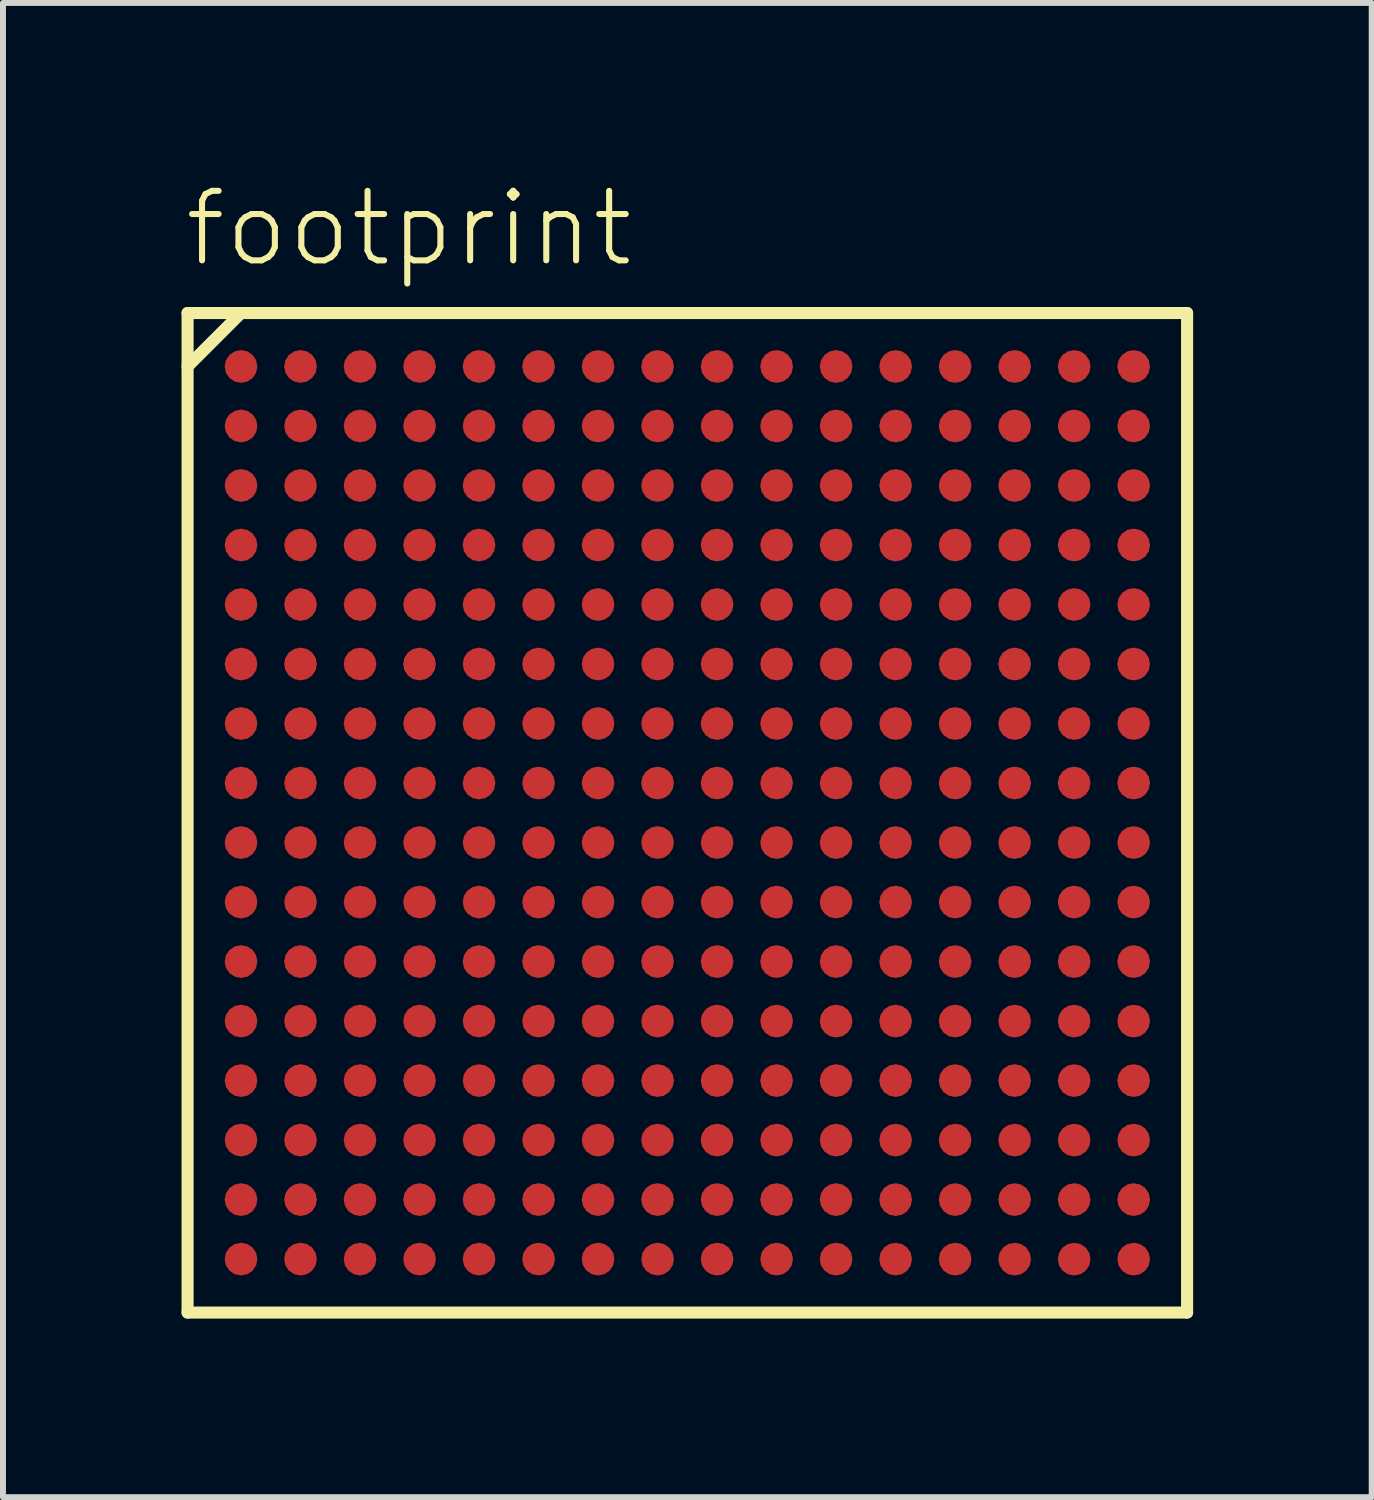
<source format=kicad_pcb>
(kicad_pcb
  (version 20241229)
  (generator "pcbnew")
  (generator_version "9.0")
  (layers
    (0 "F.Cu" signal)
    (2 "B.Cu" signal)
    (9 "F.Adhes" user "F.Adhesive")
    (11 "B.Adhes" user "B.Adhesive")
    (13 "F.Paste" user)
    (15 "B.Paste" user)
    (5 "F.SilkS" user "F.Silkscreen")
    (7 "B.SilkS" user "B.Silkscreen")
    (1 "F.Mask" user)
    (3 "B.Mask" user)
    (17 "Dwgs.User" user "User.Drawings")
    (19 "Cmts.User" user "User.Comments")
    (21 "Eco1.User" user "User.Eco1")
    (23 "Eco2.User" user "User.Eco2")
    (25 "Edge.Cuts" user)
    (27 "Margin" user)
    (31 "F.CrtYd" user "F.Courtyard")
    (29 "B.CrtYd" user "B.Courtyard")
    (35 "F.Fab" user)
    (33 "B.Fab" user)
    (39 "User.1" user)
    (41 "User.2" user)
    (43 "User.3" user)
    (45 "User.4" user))
  (footprint "footprint"
    (layer "F.Cu")
    (at 8.5 10.608)
    (property "Reference" "footprint" (at -8.5 -9.135 0) (layer "F.SilkS") (effects (font (size 1.168 1.168) (thickness 0.102)) (justify left bottom)))
    (fp_circle (center -7.5 -7.5) (end -7.362 -7.5) (stroke (width 0.275) (type solid)) (fill yes) (layer "F.Mask"))
    (fp_circle (center -7.5 -6.5) (end -7.362 -6.5) (stroke (width 0.275) (type solid)) (fill yes) (layer "F.Mask"))
    (fp_circle (center -7.5 -5.5) (end -7.362 -5.5) (stroke (width 0.275) (type solid)) (fill yes) (layer "F.Mask"))
    (fp_circle (center -7.5 -4.5) (end -7.362 -4.5) (stroke (width 0.275) (type solid)) (fill yes) (layer "F.Mask"))
    (fp_circle (center -7.5 -3.5) (end -7.362 -3.5) (stroke (width 0.275) (type solid)) (fill yes) (layer "F.Mask"))
    (fp_circle (center -7.5 -2.5) (end -7.362 -2.5) (stroke (width 0.275) (type solid)) (fill yes) (layer "F.Mask"))
    (fp_circle (center -7.5 -1.5) (end -7.362 -1.5) (stroke (width 0.275) (type solid)) (fill yes) (layer "F.Mask"))
    (fp_circle (center -7.5 -0.5) (end -7.362 -0.5) (stroke (width 0.275) (type solid)) (fill yes) (layer "F.Mask"))
    (fp_circle (center -7.5 0.5) (end -7.362 0.5) (stroke (width 0.275) (type solid)) (fill yes) (layer "F.Mask"))
    (fp_circle (center -7.5 1.5) (end -7.362 1.5) (stroke (width 0.275) (type solid)) (fill yes) (layer "F.Mask"))
    (fp_circle (center -7.5 2.5) (end -7.362 2.5) (stroke (width 0.275) (type solid)) (fill yes) (layer "F.Mask"))
    (fp_circle (center -7.5 3.5) (end -7.362 3.5) (stroke (width 0.275) (type solid)) (fill yes) (layer "F.Mask"))
    (fp_circle (center -7.5 4.5) (end -7.362 4.5) (stroke (width 0.275) (type solid)) (fill yes) (layer "F.Mask"))
    (fp_circle (center -7.5 5.5) (end -7.362 5.5) (stroke (width 0.275) (type solid)) (fill yes) (layer "F.Mask"))
    (fp_circle (center -7.5 6.5) (end -7.362 6.5) (stroke (width 0.275) (type solid)) (fill yes) (layer "F.Mask"))
    (fp_circle (center -7.5 7.5) (end -7.362 7.5) (stroke (width 0.275) (type solid)) (fill yes) (layer "F.Mask"))
    (fp_circle (center -6.5 -7.5) (end -6.362 -7.5) (stroke (width 0.275) (type solid)) (fill yes) (layer "F.Mask"))
    (fp_circle (center -6.5 -6.5) (end -6.362 -6.5) (stroke (width 0.275) (type solid)) (fill yes) (layer "F.Mask"))
    (fp_circle (center -6.5 -5.5) (end -6.362 -5.5) (stroke (width 0.275) (type solid)) (fill yes) (layer "F.Mask"))
    (fp_circle (center -6.5 -4.5) (end -6.362 -4.5) (stroke (width 0.275) (type solid)) (fill yes) (layer "F.Mask"))
    (fp_circle (center -6.5 -3.5) (end -6.362 -3.5) (stroke (width 0.275) (type solid)) (fill yes) (layer "F.Mask"))
    (fp_circle (center -6.5 -2.5) (end -6.362 -2.5) (stroke (width 0.275) (type solid)) (fill yes) (layer "F.Mask"))
    (fp_circle (center -6.5 -1.5) (end -6.362 -1.5) (stroke (width 0.275) (type solid)) (fill yes) (layer "F.Mask"))
    (fp_circle (center -6.5 -0.5) (end -6.362 -0.5) (stroke (width 0.275) (type solid)) (fill yes) (layer "F.Mask"))
    (fp_circle (center -6.5 0.5) (end -6.362 0.5) (stroke (width 0.275) (type solid)) (fill yes) (layer "F.Mask"))
    (fp_circle (center -6.5 1.5) (end -6.362 1.5) (stroke (width 0.275) (type solid)) (fill yes) (layer "F.Mask"))
    (fp_circle (center -6.5 2.5) (end -6.362 2.5) (stroke (width 0.275) (type solid)) (fill yes) (layer "F.Mask"))
    (fp_circle (center -6.5 3.5) (end -6.362 3.5) (stroke (width 0.275) (type solid)) (fill yes) (layer "F.Mask"))
    (fp_circle (center -6.5 4.5) (end -6.362 4.5) (stroke (width 0.275) (type solid)) (fill yes) (layer "F.Mask"))
    (fp_circle (center -6.5 5.5) (end -6.362 5.5) (stroke (width 0.275) (type solid)) (fill yes) (layer "F.Mask"))
    (fp_circle (center -6.5 6.5) (end -6.362 6.5) (stroke (width 0.275) (type solid)) (fill yes) (layer "F.Mask"))
    (fp_circle (center -6.5 7.5) (end -6.362 7.5) (stroke (width 0.275) (type solid)) (fill yes) (layer "F.Mask"))
    (fp_circle (center -5.5 -7.5) (end -5.362 -7.5) (stroke (width 0.275) (type solid)) (fill yes) (layer "F.Mask"))
    (fp_circle (center -5.5 -6.5) (end -5.362 -6.5) (stroke (width 0.275) (type solid)) (fill yes) (layer "F.Mask"))
    (fp_circle (center -5.5 -5.5) (end -5.362 -5.5) (stroke (width 0.275) (type solid)) (fill yes) (layer "F.Mask"))
    (fp_circle (center -5.5 -4.5) (end -5.362 -4.5) (stroke (width 0.275) (type solid)) (fill yes) (layer "F.Mask"))
    (fp_circle (center -5.5 -3.5) (end -5.362 -3.5) (stroke (width 0.275) (type solid)) (fill yes) (layer "F.Mask"))
    (fp_circle (center -5.5 -2.5) (end -5.362 -2.5) (stroke (width 0.275) (type solid)) (fill yes) (layer "F.Mask"))
    (fp_circle (center -5.5 -1.5) (end -5.362 -1.5) (stroke (width 0.275) (type solid)) (fill yes) (layer "F.Mask"))
    (fp_circle (center -5.5 -0.5) (end -5.362 -0.5) (stroke (width 0.275) (type solid)) (fill yes) (layer "F.Mask"))
    (fp_circle (center -5.5 0.5) (end -5.362 0.5) (stroke (width 0.275) (type solid)) (fill yes) (layer "F.Mask"))
    (fp_circle (center -5.5 1.5) (end -5.362 1.5) (stroke (width 0.275) (type solid)) (fill yes) (layer "F.Mask"))
    (fp_circle (center -5.5 2.5) (end -5.362 2.5) (stroke (width 0.275) (type solid)) (fill yes) (layer "F.Mask"))
    (fp_circle (center -5.5 3.5) (end -5.362 3.5) (stroke (width 0.275) (type solid)) (fill yes) (layer "F.Mask"))
    (fp_circle (center -5.5 4.5) (end -5.362 4.5) (stroke (width 0.275) (type solid)) (fill yes) (layer "F.Mask"))
    (fp_circle (center -5.5 5.5) (end -5.362 5.5) (stroke (width 0.275) (type solid)) (fill yes) (layer "F.Mask"))
    (fp_circle (center -5.5 6.5) (end -5.362 6.5) (stroke (width 0.275) (type solid)) (fill yes) (layer "F.Mask"))
    (fp_circle (center -5.5 7.5) (end -5.362 7.5) (stroke (width 0.275) (type solid)) (fill yes) (layer "F.Mask"))
    (fp_circle (center -4.5 -7.5) (end -4.362 -7.5) (stroke (width 0.275) (type solid)) (fill yes) (layer "F.Mask"))
    (fp_circle (center -4.5 -6.5) (end -4.362 -6.5) (stroke (width 0.275) (type solid)) (fill yes) (layer "F.Mask"))
    (fp_circle (center -4.5 -5.5) (end -4.362 -5.5) (stroke (width 0.275) (type solid)) (fill yes) (layer "F.Mask"))
    (fp_circle (center -4.5 -4.5) (end -4.362 -4.5) (stroke (width 0.275) (type solid)) (fill yes) (layer "F.Mask"))
    (fp_circle (center -4.5 -3.5) (end -4.362 -3.5) (stroke (width 0.275) (type solid)) (fill yes) (layer "F.Mask"))
    (fp_circle (center -4.5 -2.5) (end -4.362 -2.5) (stroke (width 0.275) (type solid)) (fill yes) (layer "F.Mask"))
    (fp_circle (center -4.5 -1.5) (end -4.362 -1.5) (stroke (width 0.275) (type solid)) (fill yes) (layer "F.Mask"))
    (fp_circle (center -4.5 -0.5) (end -4.362 -0.5) (stroke (width 0.275) (type solid)) (fill yes) (layer "F.Mask"))
    (fp_circle (center -4.5 0.5) (end -4.362 0.5) (stroke (width 0.275) (type solid)) (fill yes) (layer "F.Mask"))
    (fp_circle (center -4.5 1.5) (end -4.362 1.5) (stroke (width 0.275) (type solid)) (fill yes) (layer "F.Mask"))
    (fp_circle (center -4.5 2.5) (end -4.362 2.5) (stroke (width 0.275) (type solid)) (fill yes) (layer "F.Mask"))
    (fp_circle (center -4.5 3.5) (end -4.362 3.5) (stroke (width 0.275) (type solid)) (fill yes) (layer "F.Mask"))
    (fp_circle (center -4.5 4.5) (end -4.362 4.5) (stroke (width 0.275) (type solid)) (fill yes) (layer "F.Mask"))
    (fp_circle (center -4.5 5.5) (end -4.362 5.5) (stroke (width 0.275) (type solid)) (fill yes) (layer "F.Mask"))
    (fp_circle (center -4.5 6.5) (end -4.362 6.5) (stroke (width 0.275) (type solid)) (fill yes) (layer "F.Mask"))
    (fp_circle (center -4.5 7.5) (end -4.362 7.5) (stroke (width 0.275) (type solid)) (fill yes) (layer "F.Mask"))
    (fp_circle (center -3.5 -7.5) (end -3.362 -7.5) (stroke (width 0.275) (type solid)) (fill yes) (layer "F.Mask"))
    (fp_circle (center -3.5 -6.5) (end -3.362 -6.5) (stroke (width 0.275) (type solid)) (fill yes) (layer "F.Mask"))
    (fp_circle (center -3.5 -5.5) (end -3.362 -5.5) (stroke (width 0.275) (type solid)) (fill yes) (layer "F.Mask"))
    (fp_circle (center -3.5 -4.5) (end -3.362 -4.5) (stroke (width 0.275) (type solid)) (fill yes) (layer "F.Mask"))
    (fp_circle (center -3.5 -3.5) (end -3.362 -3.5) (stroke (width 0.275) (type solid)) (fill yes) (layer "F.Mask"))
    (fp_circle (center -3.5 -2.5) (end -3.362 -2.5) (stroke (width 0.275) (type solid)) (fill yes) (layer "F.Mask"))
    (fp_circle (center -3.5 -1.5) (end -3.362 -1.5) (stroke (width 0.275) (type solid)) (fill yes) (layer "F.Mask"))
    (fp_circle (center -3.5 -0.5) (end -3.362 -0.5) (stroke (width 0.275) (type solid)) (fill yes) (layer "F.Mask"))
    (fp_circle (center -3.5 0.5) (end -3.362 0.5) (stroke (width 0.275) (type solid)) (fill yes) (layer "F.Mask"))
    (fp_circle (center -3.5 1.5) (end -3.362 1.5) (stroke (width 0.275) (type solid)) (fill yes) (layer "F.Mask"))
    (fp_circle (center -3.5 2.5) (end -3.362 2.5) (stroke (width 0.275) (type solid)) (fill yes) (layer "F.Mask"))
    (fp_circle (center -3.5 3.5) (end -3.362 3.5) (stroke (width 0.275) (type solid)) (fill yes) (layer "F.Mask"))
    (fp_circle (center -3.5 4.5) (end -3.362 4.5) (stroke (width 0.275) (type solid)) (fill yes) (layer "F.Mask"))
    (fp_circle (center -3.5 5.5) (end -3.362 5.5) (stroke (width 0.275) (type solid)) (fill yes) (layer "F.Mask"))
    (fp_circle (center -3.5 6.5) (end -3.362 6.5) (stroke (width 0.275) (type solid)) (fill yes) (layer "F.Mask"))
    (fp_circle (center -3.5 7.5) (end -3.362 7.5) (stroke (width 0.275) (type solid)) (fill yes) (layer "F.Mask"))
    (fp_circle (center -2.5 -7.5) (end -2.362 -7.5) (stroke (width 0.275) (type solid)) (fill yes) (layer "F.Mask"))
    (fp_circle (center -2.5 -6.5) (end -2.362 -6.5) (stroke (width 0.275) (type solid)) (fill yes) (layer "F.Mask"))
    (fp_circle (center -2.5 -5.5) (end -2.362 -5.5) (stroke (width 0.275) (type solid)) (fill yes) (layer "F.Mask"))
    (fp_circle (center -2.5 -4.5) (end -2.362 -4.5) (stroke (width 0.275) (type solid)) (fill yes) (layer "F.Mask"))
    (fp_circle (center -2.5 -3.5) (end -2.362 -3.5) (stroke (width 0.275) (type solid)) (fill yes) (layer "F.Mask"))
    (fp_circle (center -2.5 -2.5) (end -2.362 -2.5) (stroke (width 0.275) (type solid)) (fill yes) (layer "F.Mask"))
    (fp_circle (center -2.5 -1.5) (end -2.362 -1.5) (stroke (width 0.275) (type solid)) (fill yes) (layer "F.Mask"))
    (fp_circle (center -2.5 -0.5) (end -2.362 -0.5) (stroke (width 0.275) (type solid)) (fill yes) (layer "F.Mask"))
    (fp_circle (center -2.5 0.5) (end -2.362 0.5) (stroke (width 0.275) (type solid)) (fill yes) (layer "F.Mask"))
    (fp_circle (center -2.5 1.5) (end -2.362 1.5) (stroke (width 0.275) (type solid)) (fill yes) (layer "F.Mask"))
    (fp_circle (center -2.5 2.5) (end -2.362 2.5) (stroke (width 0.275) (type solid)) (fill yes) (layer "F.Mask"))
    (fp_circle (center -2.5 3.5) (end -2.362 3.5) (stroke (width 0.275) (type solid)) (fill yes) (layer "F.Mask"))
    (fp_circle (center -2.5 4.5) (end -2.362 4.5) (stroke (width 0.275) (type solid)) (fill yes) (layer "F.Mask"))
    (fp_circle (center -2.5 5.5) (end -2.362 5.5) (stroke (width 0.275) (type solid)) (fill yes) (layer "F.Mask"))
    (fp_circle (center -2.5 6.5) (end -2.362 6.5) (stroke (width 0.275) (type solid)) (fill yes) (layer "F.Mask"))
    (fp_circle (center -2.5 7.5) (end -2.362 7.5) (stroke (width 0.275) (type solid)) (fill yes) (layer "F.Mask"))
    (fp_circle (center -1.5 -7.5) (end -1.363 -7.5) (stroke (width 0.275) (type solid)) (fill yes) (layer "F.Mask"))
    (fp_circle (center -1.5 -6.5) (end -1.363 -6.5) (stroke (width 0.275) (type solid)) (fill yes) (layer "F.Mask"))
    (fp_circle (center -1.5 -5.5) (end -1.363 -5.5) (stroke (width 0.275) (type solid)) (fill yes) (layer "F.Mask"))
    (fp_circle (center -1.5 -4.5) (end -1.363 -4.5) (stroke (width 0.275) (type solid)) (fill yes) (layer "F.Mask"))
    (fp_circle (center -1.5 -3.5) (end -1.363 -3.5) (stroke (width 0.275) (type solid)) (fill yes) (layer "F.Mask"))
    (fp_circle (center -1.5 -2.5) (end -1.363 -2.5) (stroke (width 0.275) (type solid)) (fill yes) (layer "F.Mask"))
    (fp_circle (center -1.5 -1.5) (end -1.363 -1.5) (stroke (width 0.275) (type solid)) (fill yes) (layer "F.Mask"))
    (fp_circle (center -1.5 -0.5) (end -1.363 -0.5) (stroke (width 0.275) (type solid)) (fill yes) (layer "F.Mask"))
    (fp_circle (center -1.5 0.5) (end -1.363 0.5) (stroke (width 0.275) (type solid)) (fill yes) (layer "F.Mask"))
    (fp_circle (center -1.5 1.5) (end -1.363 1.5) (stroke (width 0.275) (type solid)) (fill yes) (layer "F.Mask"))
    (fp_circle (center -1.5 2.5) (end -1.363 2.5) (stroke (width 0.275) (type solid)) (fill yes) (layer "F.Mask"))
    (fp_circle (center -1.5 3.5) (end -1.363 3.5) (stroke (width 0.275) (type solid)) (fill yes) (layer "F.Mask"))
    (fp_circle (center -1.5 4.5) (end -1.363 4.5) (stroke (width 0.275) (type solid)) (fill yes) (layer "F.Mask"))
    (fp_circle (center -1.5 5.5) (end -1.363 5.5) (stroke (width 0.275) (type solid)) (fill yes) (layer "F.Mask"))
    (fp_circle (center -1.5 6.5) (end -1.363 6.5) (stroke (width 0.275) (type solid)) (fill yes) (layer "F.Mask"))
    (fp_circle (center -1.5 7.5) (end -1.363 7.5) (stroke (width 0.275) (type solid)) (fill yes) (layer "F.Mask"))
    (fp_circle (center -0.5 -7.5) (end -0.362 -7.5) (stroke (width 0.275) (type solid)) (fill yes) (layer "F.Mask"))
    (fp_circle (center -0.5 -6.5) (end -0.362 -6.5) (stroke (width 0.275) (type solid)) (fill yes) (layer "F.Mask"))
    (fp_circle (center -0.5 -5.5) (end -0.362 -5.5) (stroke (width 0.275) (type solid)) (fill yes) (layer "F.Mask"))
    (fp_circle (center -0.5 -4.5) (end -0.362 -4.5) (stroke (width 0.275) (type solid)) (fill yes) (layer "F.Mask"))
    (fp_circle (center -0.5 -3.5) (end -0.362 -3.5) (stroke (width 0.275) (type solid)) (fill yes) (layer "F.Mask"))
    (fp_circle (center -0.5 -2.5) (end -0.362 -2.5) (stroke (width 0.275) (type solid)) (fill yes) (layer "F.Mask"))
    (fp_circle (center -0.5 -1.5) (end -0.362 -1.5) (stroke (width 0.275) (type solid)) (fill yes) (layer "F.Mask"))
    (fp_circle (center -0.5 -0.5) (end -0.362 -0.5) (stroke (width 0.275) (type solid)) (fill yes) (layer "F.Mask"))
    (fp_circle (center -0.5 0.5) (end -0.362 0.5) (stroke (width 0.275) (type solid)) (fill yes) (layer "F.Mask"))
    (fp_circle (center -0.5 1.5) (end -0.362 1.5) (stroke (width 0.275) (type solid)) (fill yes) (layer "F.Mask"))
    (fp_circle (center -0.5 2.5) (end -0.362 2.5) (stroke (width 0.275) (type solid)) (fill yes) (layer "F.Mask"))
    (fp_circle (center -0.5 3.5) (end -0.362 3.5) (stroke (width 0.275) (type solid)) (fill yes) (layer "F.Mask"))
    (fp_circle (center -0.5 4.5) (end -0.362 4.5) (stroke (width 0.275) (type solid)) (fill yes) (layer "F.Mask"))
    (fp_circle (center -0.5 5.5) (end -0.362 5.5) (stroke (width 0.275) (type solid)) (fill yes) (layer "F.Mask"))
    (fp_circle (center -0.5 6.5) (end -0.362 6.5) (stroke (width 0.275) (type solid)) (fill yes) (layer "F.Mask"))
    (fp_circle (center -0.5 7.5) (end -0.362 7.5) (stroke (width 0.275) (type solid)) (fill yes) (layer "F.Mask"))
    (fp_circle (center 0.5 -7.5) (end 0.637 -7.5) (stroke (width 0.275) (type solid)) (fill yes) (layer "F.Mask"))
    (fp_circle (center 0.5 -6.5) (end 0.637 -6.5) (stroke (width 0.275) (type solid)) (fill yes) (layer "F.Mask"))
    (fp_circle (center 0.5 -5.5) (end 0.637 -5.5) (stroke (width 0.275) (type solid)) (fill yes) (layer "F.Mask"))
    (fp_circle (center 0.5 -4.5) (end 0.637 -4.5) (stroke (width 0.275) (type solid)) (fill yes) (layer "F.Mask"))
    (fp_circle (center 0.5 -3.5) (end 0.637 -3.5) (stroke (width 0.275) (type solid)) (fill yes) (layer "F.Mask"))
    (fp_circle (center 0.5 -2.5) (end 0.637 -2.5) (stroke (width 0.275) (type solid)) (fill yes) (layer "F.Mask"))
    (fp_circle (center 0.5 -1.5) (end 0.637 -1.5) (stroke (width 0.275) (type solid)) (fill yes) (layer "F.Mask"))
    (fp_circle (center 0.5 -0.5) (end 0.637 -0.5) (stroke (width 0.275) (type solid)) (fill yes) (layer "F.Mask"))
    (fp_circle (center 0.5 0.5) (end 0.637 0.5) (stroke (width 0.275) (type solid)) (fill yes) (layer "F.Mask"))
    (fp_circle (center 0.5 1.5) (end 0.637 1.5) (stroke (width 0.275) (type solid)) (fill yes) (layer "F.Mask"))
    (fp_circle (center 0.5 2.5) (end 0.637 2.5) (stroke (width 0.275) (type solid)) (fill yes) (layer "F.Mask"))
    (fp_circle (center 0.5 3.5) (end 0.637 3.5) (stroke (width 0.275) (type solid)) (fill yes) (layer "F.Mask"))
    (fp_circle (center 0.5 4.5) (end 0.637 4.5) (stroke (width 0.275) (type solid)) (fill yes) (layer "F.Mask"))
    (fp_circle (center 0.5 5.5) (end 0.637 5.5) (stroke (width 0.275) (type solid)) (fill yes) (layer "F.Mask"))
    (fp_circle (center 0.5 6.5) (end 0.637 6.5) (stroke (width 0.275) (type solid)) (fill yes) (layer "F.Mask"))
    (fp_circle (center 0.5 7.5) (end 0.637 7.5) (stroke (width 0.275) (type solid)) (fill yes) (layer "F.Mask"))
    (fp_circle (center 1.5 -7.5) (end 1.637 -7.5) (stroke (width 0.275) (type solid)) (fill yes) (layer "F.Mask"))
    (fp_circle (center 1.5 -6.5) (end 1.637 -6.5) (stroke (width 0.275) (type solid)) (fill yes) (layer "F.Mask"))
    (fp_circle (center 1.5 -5.5) (end 1.637 -5.5) (stroke (width 0.275) (type solid)) (fill yes) (layer "F.Mask"))
    (fp_circle (center 1.5 -4.5) (end 1.637 -4.5) (stroke (width 0.275) (type solid)) (fill yes) (layer "F.Mask"))
    (fp_circle (center 1.5 -3.5) (end 1.637 -3.5) (stroke (width 0.275) (type solid)) (fill yes) (layer "F.Mask"))
    (fp_circle (center 1.5 -2.5) (end 1.637 -2.5) (stroke (width 0.275) (type solid)) (fill yes) (layer "F.Mask"))
    (fp_circle (center 1.5 -1.5) (end 1.637 -1.5) (stroke (width 0.275) (type solid)) (fill yes) (layer "F.Mask"))
    (fp_circle (center 1.5 -0.5) (end 1.637 -0.5) (stroke (width 0.275) (type solid)) (fill yes) (layer "F.Mask"))
    (fp_circle (center 1.5 0.5) (end 1.637 0.5) (stroke (width 0.275) (type solid)) (fill yes) (layer "F.Mask"))
    (fp_circle (center 1.5 1.5) (end 1.637 1.5) (stroke (width 0.275) (type solid)) (fill yes) (layer "F.Mask"))
    (fp_circle (center 1.5 2.5) (end 1.637 2.5) (stroke (width 0.275) (type solid)) (fill yes) (layer "F.Mask"))
    (fp_circle (center 1.5 3.5) (end 1.637 3.5) (stroke (width 0.275) (type solid)) (fill yes) (layer "F.Mask"))
    (fp_circle (center 1.5 4.5) (end 1.637 4.5) (stroke (width 0.275) (type solid)) (fill yes) (layer "F.Mask"))
    (fp_circle (center 1.5 5.5) (end 1.637 5.5) (stroke (width 0.275) (type solid)) (fill yes) (layer "F.Mask"))
    (fp_circle (center 1.5 6.5) (end 1.637 6.5) (stroke (width 0.275) (type solid)) (fill yes) (layer "F.Mask"))
    (fp_circle (center 1.5 7.5) (end 1.637 7.5) (stroke (width 0.275) (type solid)) (fill yes) (layer "F.Mask"))
    (fp_circle (center 2.5 -7.5) (end 2.638 -7.5) (stroke (width 0.275) (type solid)) (fill yes) (layer "F.Mask"))
    (fp_circle (center 2.5 -6.5) (end 2.638 -6.5) (stroke (width 0.275) (type solid)) (fill yes) (layer "F.Mask"))
    (fp_circle (center 2.5 -5.5) (end 2.638 -5.5) (stroke (width 0.275) (type solid)) (fill yes) (layer "F.Mask"))
    (fp_circle (center 2.5 -4.5) (end 2.638 -4.5) (stroke (width 0.275) (type solid)) (fill yes) (layer "F.Mask"))
    (fp_circle (center 2.5 -3.5) (end 2.638 -3.5) (stroke (width 0.275) (type solid)) (fill yes) (layer "F.Mask"))
    (fp_circle (center 2.5 -2.5) (end 2.638 -2.5) (stroke (width 0.275) (type solid)) (fill yes) (layer "F.Mask"))
    (fp_circle (center 2.5 -1.5) (end 2.638 -1.5) (stroke (width 0.275) (type solid)) (fill yes) (layer "F.Mask"))
    (fp_circle (center 2.5 -0.5) (end 2.638 -0.5) (stroke (width 0.275) (type solid)) (fill yes) (layer "F.Mask"))
    (fp_circle (center 2.5 0.5) (end 2.638 0.5) (stroke (width 0.275) (type solid)) (fill yes) (layer "F.Mask"))
    (fp_circle (center 2.5 1.5) (end 2.638 1.5) (stroke (width 0.275) (type solid)) (fill yes) (layer "F.Mask"))
    (fp_circle (center 2.5 2.5) (end 2.638 2.5) (stroke (width 0.275) (type solid)) (fill yes) (layer "F.Mask"))
    (fp_circle (center 2.5 3.5) (end 2.638 3.5) (stroke (width 0.275) (type solid)) (fill yes) (layer "F.Mask"))
    (fp_circle (center 2.5 4.5) (end 2.638 4.5) (stroke (width 0.275) (type solid)) (fill yes) (layer "F.Mask"))
    (fp_circle (center 2.5 5.5) (end 2.638 5.5) (stroke (width 0.275) (type solid)) (fill yes) (layer "F.Mask"))
    (fp_circle (center 2.5 6.5) (end 2.638 6.5) (stroke (width 0.275) (type solid)) (fill yes) (layer "F.Mask"))
    (fp_circle (center 2.5 7.5) (end 2.638 7.5) (stroke (width 0.275) (type solid)) (fill yes) (layer "F.Mask"))
    (fp_circle (center 3.5 -7.5) (end 3.638 -7.5) (stroke (width 0.275) (type solid)) (fill yes) (layer "F.Mask"))
    (fp_circle (center 3.5 -6.5) (end 3.638 -6.5) (stroke (width 0.275) (type solid)) (fill yes) (layer "F.Mask"))
    (fp_circle (center 3.5 -5.5) (end 3.638 -5.5) (stroke (width 0.275) (type solid)) (fill yes) (layer "F.Mask"))
    (fp_circle (center 3.5 -4.5) (end 3.638 -4.5) (stroke (width 0.275) (type solid)) (fill yes) (layer "F.Mask"))
    (fp_circle (center 3.5 -3.5) (end 3.638 -3.5) (stroke (width 0.275) (type solid)) (fill yes) (layer "F.Mask"))
    (fp_circle (center 3.5 -2.5) (end 3.638 -2.5) (stroke (width 0.275) (type solid)) (fill yes) (layer "F.Mask"))
    (fp_circle (center 3.5 -1.5) (end 3.638 -1.5) (stroke (width 0.275) (type solid)) (fill yes) (layer "F.Mask"))
    (fp_circle (center 3.5 -0.5) (end 3.638 -0.5) (stroke (width 0.275) (type solid)) (fill yes) (layer "F.Mask"))
    (fp_circle (center 3.5 0.5) (end 3.638 0.5) (stroke (width 0.275) (type solid)) (fill yes) (layer "F.Mask"))
    (fp_circle (center 3.5 1.5) (end 3.638 1.5) (stroke (width 0.275) (type solid)) (fill yes) (layer "F.Mask"))
    (fp_circle (center 3.5 2.5) (end 3.638 2.5) (stroke (width 0.275) (type solid)) (fill yes) (layer "F.Mask"))
    (fp_circle (center 3.5 3.5) (end 3.638 3.5) (stroke (width 0.275) (type solid)) (fill yes) (layer "F.Mask"))
    (fp_circle (center 3.5 4.5) (end 3.638 4.5) (stroke (width 0.275) (type solid)) (fill yes) (layer "F.Mask"))
    (fp_circle (center 3.5 5.5) (end 3.638 5.5) (stroke (width 0.275) (type solid)) (fill yes) (layer "F.Mask"))
    (fp_circle (center 3.5 6.5) (end 3.638 6.5) (stroke (width 0.275) (type solid)) (fill yes) (layer "F.Mask"))
    (fp_circle (center 3.5 7.5) (end 3.638 7.5) (stroke (width 0.275) (type solid)) (fill yes) (layer "F.Mask"))
    (fp_circle (center 4.5 -7.5) (end 4.638 -7.5) (stroke (width 0.275) (type solid)) (fill yes) (layer "F.Mask"))
    (fp_circle (center 4.5 -6.5) (end 4.638 -6.5) (stroke (width 0.275) (type solid)) (fill yes) (layer "F.Mask"))
    (fp_circle (center 4.5 -5.5) (end 4.638 -5.5) (stroke (width 0.275) (type solid)) (fill yes) (layer "F.Mask"))
    (fp_circle (center 4.5 -4.5) (end 4.638 -4.5) (stroke (width 0.275) (type solid)) (fill yes) (layer "F.Mask"))
    (fp_circle (center 4.5 -3.5) (end 4.638 -3.5) (stroke (width 0.275) (type solid)) (fill yes) (layer "F.Mask"))
    (fp_circle (center 4.5 -2.5) (end 4.638 -2.5) (stroke (width 0.275) (type solid)) (fill yes) (layer "F.Mask"))
    (fp_circle (center 4.5 -1.5) (end 4.638 -1.5) (stroke (width 0.275) (type solid)) (fill yes) (layer "F.Mask"))
    (fp_circle (center 4.5 -0.5) (end 4.638 -0.5) (stroke (width 0.275) (type solid)) (fill yes) (layer "F.Mask"))
    (fp_circle (center 4.5 0.5) (end 4.638 0.5) (stroke (width 0.275) (type solid)) (fill yes) (layer "F.Mask"))
    (fp_circle (center 4.5 1.5) (end 4.638 1.5) (stroke (width 0.275) (type solid)) (fill yes) (layer "F.Mask"))
    (fp_circle (center 4.5 2.5) (end 4.638 2.5) (stroke (width 0.275) (type solid)) (fill yes) (layer "F.Mask"))
    (fp_circle (center 4.5 3.5) (end 4.638 3.5) (stroke (width 0.275) (type solid)) (fill yes) (layer "F.Mask"))
    (fp_circle (center 4.5 4.5) (end 4.638 4.5) (stroke (width 0.275) (type solid)) (fill yes) (layer "F.Mask"))
    (fp_circle (center 4.5 5.5) (end 4.638 5.5) (stroke (width 0.275) (type solid)) (fill yes) (layer "F.Mask"))
    (fp_circle (center 4.5 6.5) (end 4.638 6.5) (stroke (width 0.275) (type solid)) (fill yes) (layer "F.Mask"))
    (fp_circle (center 4.5 7.5) (end 4.638 7.5) (stroke (width 0.275) (type solid)) (fill yes) (layer "F.Mask"))
    (fp_circle (center 5.5 -7.5) (end 5.638 -7.5) (stroke (width 0.275) (type solid)) (fill yes) (layer "F.Mask"))
    (fp_circle (center 5.5 -6.5) (end 5.638 -6.5) (stroke (width 0.275) (type solid)) (fill yes) (layer "F.Mask"))
    (fp_circle (center 5.5 -5.5) (end 5.638 -5.5) (stroke (width 0.275) (type solid)) (fill yes) (layer "F.Mask"))
    (fp_circle (center 5.5 -4.5) (end 5.638 -4.5) (stroke (width 0.275) (type solid)) (fill yes) (layer "F.Mask"))
    (fp_circle (center 5.5 -3.5) (end 5.638 -3.5) (stroke (width 0.275) (type solid)) (fill yes) (layer "F.Mask"))
    (fp_circle (center 5.5 -2.5) (end 5.638 -2.5) (stroke (width 0.275) (type solid)) (fill yes) (layer "F.Mask"))
    (fp_circle (center 5.5 -1.5) (end 5.638 -1.5) (stroke (width 0.275) (type solid)) (fill yes) (layer "F.Mask"))
    (fp_circle (center 5.5 -0.5) (end 5.638 -0.5) (stroke (width 0.275) (type solid)) (fill yes) (layer "F.Mask"))
    (fp_circle (center 5.5 0.5) (end 5.638 0.5) (stroke (width 0.275) (type solid)) (fill yes) (layer "F.Mask"))
    (fp_circle (center 5.5 1.5) (end 5.638 1.5) (stroke (width 0.275) (type solid)) (fill yes) (layer "F.Mask"))
    (fp_circle (center 5.5 2.5) (end 5.638 2.5) (stroke (width 0.275) (type solid)) (fill yes) (layer "F.Mask"))
    (fp_circle (center 5.5 3.5) (end 5.638 3.5) (stroke (width 0.275) (type solid)) (fill yes) (layer "F.Mask"))
    (fp_circle (center 5.5 4.5) (end 5.638 4.5) (stroke (width 0.275) (type solid)) (fill yes) (layer "F.Mask"))
    (fp_circle (center 5.5 5.5) (end 5.638 5.5) (stroke (width 0.275) (type solid)) (fill yes) (layer "F.Mask"))
    (fp_circle (center 5.5 6.5) (end 5.638 6.5) (stroke (width 0.275) (type solid)) (fill yes) (layer "F.Mask"))
    (fp_circle (center 5.5 7.5) (end 5.638 7.5) (stroke (width 0.275) (type solid)) (fill yes) (layer "F.Mask"))
    (fp_circle (center 6.5 -7.5) (end 6.638 -7.5) (stroke (width 0.275) (type solid)) (fill yes) (layer "F.Mask"))
    (fp_circle (center 6.5 -6.5) (end 6.638 -6.5) (stroke (width 0.275) (type solid)) (fill yes) (layer "F.Mask"))
    (fp_circle (center 6.5 -5.5) (end 6.638 -5.5) (stroke (width 0.275) (type solid)) (fill yes) (layer "F.Mask"))
    (fp_circle (center 6.5 -4.5) (end 6.638 -4.5) (stroke (width 0.275) (type solid)) (fill yes) (layer "F.Mask"))
    (fp_circle (center 6.5 -3.5) (end 6.638 -3.5) (stroke (width 0.275) (type solid)) (fill yes) (layer "F.Mask"))
    (fp_circle (center 6.5 -2.5) (end 6.638 -2.5) (stroke (width 0.275) (type solid)) (fill yes) (layer "F.Mask"))
    (fp_circle (center 6.5 -1.5) (end 6.638 -1.5) (stroke (width 0.275) (type solid)) (fill yes) (layer "F.Mask"))
    (fp_circle (center 6.5 -0.5) (end 6.638 -0.5) (stroke (width 0.275) (type solid)) (fill yes) (layer "F.Mask"))
    (fp_circle (center 6.5 0.5) (end 6.638 0.5) (stroke (width 0.275) (type solid)) (fill yes) (layer "F.Mask"))
    (fp_circle (center 6.5 1.5) (end 6.638 1.5) (stroke (width 0.275) (type solid)) (fill yes) (layer "F.Mask"))
    (fp_circle (center 6.5 2.5) (end 6.638 2.5) (stroke (width 0.275) (type solid)) (fill yes) (layer "F.Mask"))
    (fp_circle (center 6.5 3.5) (end 6.638 3.5) (stroke (width 0.275) (type solid)) (fill yes) (layer "F.Mask"))
    (fp_circle (center 6.5 4.5) (end 6.638 4.5) (stroke (width 0.275) (type solid)) (fill yes) (layer "F.Mask"))
    (fp_circle (center 6.5 5.5) (end 6.638 5.5) (stroke (width 0.275) (type solid)) (fill yes) (layer "F.Mask"))
    (fp_circle (center 6.5 6.5) (end 6.638 6.5) (stroke (width 0.275) (type solid)) (fill yes) (layer "F.Mask"))
    (fp_circle (center 6.5 7.5) (end 6.638 7.5) (stroke (width 0.275) (type solid)) (fill yes) (layer "F.Mask"))
    (fp_circle (center 7.5 -7.5) (end 7.638 -7.5) (stroke (width 0.275) (type solid)) (fill yes) (layer "F.Mask"))
    (fp_circle (center 7.5 -6.5) (end 7.638 -6.5) (stroke (width 0.275) (type solid)) (fill yes) (layer "F.Mask"))
    (fp_circle (center 7.5 -5.5) (end 7.638 -5.5) (stroke (width 0.275) (type solid)) (fill yes) (layer "F.Mask"))
    (fp_circle (center 7.5 -4.5) (end 7.638 -4.5) (stroke (width 0.275) (type solid)) (fill yes) (layer "F.Mask"))
    (fp_circle (center 7.5 -3.5) (end 7.638 -3.5) (stroke (width 0.275) (type solid)) (fill yes) (layer "F.Mask"))
    (fp_circle (center 7.5 -2.5) (end 7.638 -2.5) (stroke (width 0.275) (type solid)) (fill yes) (layer "F.Mask"))
    (fp_circle (center 7.5 -1.5) (end 7.638 -1.5) (stroke (width 0.275) (type solid)) (fill yes) (layer "F.Mask"))
    (fp_circle (center 7.5 -0.5) (end 7.638 -0.5) (stroke (width 0.275) (type solid)) (fill yes) (layer "F.Mask"))
    (fp_circle (center 7.5 0.5) (end 7.638 0.5) (stroke (width 0.275) (type solid)) (fill yes) (layer "F.Mask"))
    (fp_circle (center 7.5 1.5) (end 7.638 1.5) (stroke (width 0.275) (type solid)) (fill yes) (layer "F.Mask"))
    (fp_circle (center 7.5 2.5) (end 7.638 2.5) (stroke (width 0.275) (type solid)) (fill yes) (layer "F.Mask"))
    (fp_circle (center 7.5 3.5) (end 7.638 3.5) (stroke (width 0.275) (type solid)) (fill yes) (layer "F.Mask"))
    (fp_circle (center 7.5 4.5) (end 7.638 4.5) (stroke (width 0.275) (type solid)) (fill yes) (layer "F.Mask"))
    (fp_circle (center 7.5 5.5) (end 7.638 5.5) (stroke (width 0.275) (type solid)) (fill yes) (layer "F.Mask"))
    (fp_circle (center 7.5 6.5) (end 7.638 6.5) (stroke (width 0.275) (type solid)) (fill yes) (layer "F.Mask"))
    (fp_circle (center 7.5 7.5) (end 7.638 7.5) (stroke (width 0.275) (type solid)) (fill yes) (layer "F.Mask"))
    (fp_line (start -8.398 -8.398) (end -8.398 8.398) (stroke (width 0.203) (type solid)) (layer "F.SilkS"))
    (fp_line (start -8.398 -7.5) (end -7.5 -8.398) (stroke (width 0.203) (type solid)) (layer "F.SilkS"))
    (fp_line (start -8.398 8.398) (end 8.398 8.398) (stroke (width 0.203) (type solid)) (layer "F.SilkS"))
    (fp_line (start 8.398 -8.398) (end -8.398 -8.398) (stroke (width 0.203) (type solid)) (layer "F.SilkS"))
    (fp_line (start 8.398 8.398) (end 8.398 -8.398) (stroke (width 0.203) (type solid)) (layer "F.SilkS"))
    (pad "A1" smd roundrect (at -7.5 -7.5) (size 0.55 0.55) (layers "F.Cu") (roundrect_rratio 0.5))
    (pad "A2" smd roundrect (at -6.5 -7.5) (size 0.55 0.55) (layers "F.Cu") (roundrect_rratio 0.5))
    (pad "A3" smd roundrect (at -5.5 -7.5) (size 0.55 0.55) (layers "F.Cu") (roundrect_rratio 0.5))
    (pad "A4" smd roundrect (at -4.5 -7.5) (size 0.55 0.55) (layers "F.Cu") (roundrect_rratio 0.5))
    (pad "A5" smd roundrect (at -3.5 -7.5) (size 0.55 0.55) (layers "F.Cu") (roundrect_rratio 0.5))
    (pad "A6" smd roundrect (at -2.5 -7.5) (size 0.55 0.55) (layers "F.Cu") (roundrect_rratio 0.5))
    (pad "A7" smd roundrect (at -1.5 -7.5) (size 0.55 0.55) (layers "F.Cu") (roundrect_rratio 0.5))
    (pad "A8" smd roundrect (at -0.5 -7.5) (size 0.55 0.55) (layers "F.Cu") (roundrect_rratio 0.5))
    (pad "A9" smd roundrect (at 0.5 -7.5) (size 0.55 0.55) (layers "F.Cu") (roundrect_rratio 0.5))
    (pad "A10" smd roundrect (at 1.5 -7.5) (size 0.55 0.55) (layers "F.Cu") (roundrect_rratio 0.5))
    (pad "A11" smd roundrect (at 2.5 -7.5) (size 0.55 0.55) (layers "F.Cu") (roundrect_rratio 0.5))
    (pad "A12" smd roundrect (at 3.5 -7.5) (size 0.55 0.55) (layers "F.Cu") (roundrect_rratio 0.5))
    (pad "A13" smd roundrect (at 4.5 -7.5) (size 0.55 0.55) (layers "F.Cu") (roundrect_rratio 0.5))
    (pad "A14" smd roundrect (at 5.5 -7.5) (size 0.55 0.55) (layers "F.Cu") (roundrect_rratio 0.5))
    (pad "A15" smd roundrect (at 6.5 -7.5) (size 0.55 0.55) (layers "F.Cu") (roundrect_rratio 0.5))
    (pad "A16" smd roundrect (at 7.5 -7.5) (size 0.55 0.55) (layers "F.Cu") (roundrect_rratio 0.5))
    (pad "B1" smd roundrect (at -7.5 -6.5) (size 0.55 0.55) (layers "F.Cu") (roundrect_rratio 0.5))
    (pad "B2" smd roundrect (at -6.5 -6.5) (size 0.55 0.55) (layers "F.Cu") (roundrect_rratio 0.5))
    (pad "B3" smd roundrect (at -5.5 -6.5) (size 0.55 0.55) (layers "F.Cu") (roundrect_rratio 0.5))
    (pad "B4" smd roundrect (at -4.5 -6.5) (size 0.55 0.55) (layers "F.Cu") (roundrect_rratio 0.5))
    (pad "B5" smd roundrect (at -3.5 -6.5) (size 0.55 0.55) (layers "F.Cu") (roundrect_rratio 0.5))
    (pad "B6" smd roundrect (at -2.5 -6.5) (size 0.55 0.55) (layers "F.Cu") (roundrect_rratio 0.5))
    (pad "B7" smd roundrect (at -1.5 -6.5) (size 0.55 0.55) (layers "F.Cu") (roundrect_rratio 0.5))
    (pad "B8" smd roundrect (at -0.5 -6.5) (size 0.55 0.55) (layers "F.Cu") (roundrect_rratio 0.5))
    (pad "B9" smd roundrect (at 0.5 -6.5) (size 0.55 0.55) (layers "F.Cu") (roundrect_rratio 0.5))
    (pad "B10" smd roundrect (at 1.5 -6.5) (size 0.55 0.55) (layers "F.Cu") (roundrect_rratio 0.5))
    (pad "B11" smd roundrect (at 2.5 -6.5) (size 0.55 0.55) (layers "F.Cu") (roundrect_rratio 0.5))
    (pad "B12" smd roundrect (at 3.5 -6.5) (size 0.55 0.55) (layers "F.Cu") (roundrect_rratio 0.5))
    (pad "B13" smd roundrect (at 4.5 -6.5) (size 0.55 0.55) (layers "F.Cu") (roundrect_rratio 0.5))
    (pad "B14" smd roundrect (at 5.5 -6.5) (size 0.55 0.55) (layers "F.Cu") (roundrect_rratio 0.5))
    (pad "B15" smd roundrect (at 6.5 -6.5) (size 0.55 0.55) (layers "F.Cu") (roundrect_rratio 0.5))
    (pad "B16" smd roundrect (at 7.5 -6.5) (size 0.55 0.55) (layers "F.Cu") (roundrect_rratio 0.5))
    (pad "C1" smd roundrect (at -7.5 -5.5) (size 0.55 0.55) (layers "F.Cu") (roundrect_rratio 0.5))
    (pad "C2" smd roundrect (at -6.5 -5.5) (size 0.55 0.55) (layers "F.Cu") (roundrect_rratio 0.5))
    (pad "C3" smd roundrect (at -5.5 -5.5) (size 0.55 0.55) (layers "F.Cu") (roundrect_rratio 0.5))
    (pad "C4" smd roundrect (at -4.5 -5.5) (size 0.55 0.55) (layers "F.Cu") (roundrect_rratio 0.5))
    (pad "C5" smd roundrect (at -3.5 -5.5) (size 0.55 0.55) (layers "F.Cu") (roundrect_rratio 0.5))
    (pad "C6" smd roundrect (at -2.5 -5.5) (size 0.55 0.55) (layers "F.Cu") (roundrect_rratio 0.5))
    (pad "C7" smd roundrect (at -1.5 -5.5) (size 0.55 0.55) (layers "F.Cu") (roundrect_rratio 0.5))
    (pad "C8" smd roundrect (at -0.5 -5.5) (size 0.55 0.55) (layers "F.Cu") (roundrect_rratio 0.5))
    (pad "C9" smd roundrect (at 0.5 -5.5) (size 0.55 0.55) (layers "F.Cu") (roundrect_rratio 0.5))
    (pad "C10" smd roundrect (at 1.5 -5.5) (size 0.55 0.55) (layers "F.Cu") (roundrect_rratio 0.5))
    (pad "C11" smd roundrect (at 2.5 -5.5) (size 0.55 0.55) (layers "F.Cu") (roundrect_rratio 0.5))
    (pad "C12" smd roundrect (at 3.5 -5.5) (size 0.55 0.55) (layers "F.Cu") (roundrect_rratio 0.5))
    (pad "C13" smd roundrect (at 4.5 -5.5) (size 0.55 0.55) (layers "F.Cu") (roundrect_rratio 0.5))
    (pad "C14" smd roundrect (at 5.5 -5.5) (size 0.55 0.55) (layers "F.Cu") (roundrect_rratio 0.5))
    (pad "C15" smd roundrect (at 6.5 -5.5) (size 0.55 0.55) (layers "F.Cu") (roundrect_rratio 0.5))
    (pad "C16" smd roundrect (at 7.5 -5.5) (size 0.55 0.55) (layers "F.Cu") (roundrect_rratio 0.5))
    (pad "D1" smd roundrect (at -7.5 -4.5) (size 0.55 0.55) (layers "F.Cu") (roundrect_rratio 0.5))
    (pad "D2" smd roundrect (at -6.5 -4.5) (size 0.55 0.55) (layers "F.Cu") (roundrect_rratio 0.5))
    (pad "D3" smd roundrect (at -5.5 -4.5) (size 0.55 0.55) (layers "F.Cu") (roundrect_rratio 0.5))
    (pad "D4" smd roundrect (at -4.5 -4.5) (size 0.55 0.55) (layers "F.Cu") (roundrect_rratio 0.5))
    (pad "D5" smd roundrect (at -3.5 -4.5) (size 0.55 0.55) (layers "F.Cu") (roundrect_rratio 0.5))
    (pad "D6" smd roundrect (at -2.5 -4.5) (size 0.55 0.55) (layers "F.Cu") (roundrect_rratio 0.5))
    (pad "D7" smd roundrect (at -1.5 -4.5) (size 0.55 0.55) (layers "F.Cu") (roundrect_rratio 0.5))
    (pad "D8" smd roundrect (at -0.5 -4.5) (size 0.55 0.55) (layers "F.Cu") (roundrect_rratio 0.5))
    (pad "D9" smd roundrect (at 0.5 -4.5) (size 0.55 0.55) (layers "F.Cu") (roundrect_rratio 0.5))
    (pad "D10" smd roundrect (at 1.5 -4.5) (size 0.55 0.55) (layers "F.Cu") (roundrect_rratio 0.5))
    (pad "D11" smd roundrect (at 2.5 -4.5) (size 0.55 0.55) (layers "F.Cu") (roundrect_rratio 0.5))
    (pad "D12" smd roundrect (at 3.5 -4.5) (size 0.55 0.55) (layers "F.Cu") (roundrect_rratio 0.5))
    (pad "D13" smd roundrect (at 4.5 -4.5) (size 0.55 0.55) (layers "F.Cu") (roundrect_rratio 0.5))
    (pad "D14" smd roundrect (at 5.5 -4.5) (size 0.55 0.55) (layers "F.Cu") (roundrect_rratio 0.5))
    (pad "D15" smd roundrect (at 6.5 -4.5) (size 0.55 0.55) (layers "F.Cu") (roundrect_rratio 0.5))
    (pad "D16" smd roundrect (at 7.5 -4.5) (size 0.55 0.55) (layers "F.Cu") (roundrect_rratio 0.5))
    (pad "E1" smd roundrect (at -7.5 -3.5) (size 0.55 0.55) (layers "F.Cu") (roundrect_rratio 0.5))
    (pad "E2" smd roundrect (at -6.5 -3.5) (size 0.55 0.55) (layers "F.Cu") (roundrect_rratio 0.5))
    (pad "E3" smd roundrect (at -5.5 -3.5) (size 0.55 0.55) (layers "F.Cu") (roundrect_rratio 0.5))
    (pad "E4" smd roundrect (at -4.5 -3.5) (size 0.55 0.55) (layers "F.Cu") (roundrect_rratio 0.5))
    (pad "E5" smd roundrect (at -3.5 -3.5) (size 0.55 0.55) (layers "F.Cu") (roundrect_rratio 0.5))
    (pad "E6" smd roundrect (at -2.5 -3.5) (size 0.55 0.55) (layers "F.Cu") (roundrect_rratio 0.5))
    (pad "E7" smd roundrect (at -1.5 -3.5) (size 0.55 0.55) (layers "F.Cu") (roundrect_rratio 0.5))
    (pad "E8" smd roundrect (at -0.5 -3.5) (size 0.55 0.55) (layers "F.Cu") (roundrect_rratio 0.5))
    (pad "E9" smd roundrect (at 0.5 -3.5) (size 0.55 0.55) (layers "F.Cu") (roundrect_rratio 0.5))
    (pad "E10" smd roundrect (at 1.5 -3.5) (size 0.55 0.55) (layers "F.Cu") (roundrect_rratio 0.5))
    (pad "E11" smd roundrect (at 2.5 -3.5) (size 0.55 0.55) (layers "F.Cu") (roundrect_rratio 0.5))
    (pad "E12" smd roundrect (at 3.5 -3.5) (size 0.55 0.55) (layers "F.Cu") (roundrect_rratio 0.5))
    (pad "E13" smd roundrect (at 4.5 -3.5) (size 0.55 0.55) (layers "F.Cu") (roundrect_rratio 0.5))
    (pad "E14" smd roundrect (at 5.5 -3.5) (size 0.55 0.55) (layers "F.Cu") (roundrect_rratio 0.5))
    (pad "E15" smd roundrect (at 6.5 -3.5) (size 0.55 0.55) (layers "F.Cu") (roundrect_rratio 0.5))
    (pad "E16" smd roundrect (at 7.5 -3.5) (size 0.55 0.55) (layers "F.Cu") (roundrect_rratio 0.5))
    (pad "F1" smd roundrect (at -7.5 -2.5) (size 0.55 0.55) (layers "F.Cu") (roundrect_rratio 0.5))
    (pad "F2" smd roundrect (at -6.5 -2.5) (size 0.55 0.55) (layers "F.Cu") (roundrect_rratio 0.5))
    (pad "F3" smd roundrect (at -5.5 -2.5) (size 0.55 0.55) (layers "F.Cu") (roundrect_rratio 0.5))
    (pad "F4" smd roundrect (at -4.5 -2.5) (size 0.55 0.55) (layers "F.Cu") (roundrect_rratio 0.5))
    (pad "F5" smd roundrect (at -3.5 -2.5) (size 0.55 0.55) (layers "F.Cu") (roundrect_rratio 0.5))
    (pad "F6" smd roundrect (at -2.5 -2.5) (size 0.55 0.55) (layers "F.Cu") (roundrect_rratio 0.5))
    (pad "F7" smd roundrect (at -1.5 -2.5) (size 0.55 0.55) (layers "F.Cu") (roundrect_rratio 0.5))
    (pad "F8" smd roundrect (at -0.5 -2.5) (size 0.55 0.55) (layers "F.Cu") (roundrect_rratio 0.5))
    (pad "F9" smd roundrect (at 0.5 -2.5) (size 0.55 0.55) (layers "F.Cu") (roundrect_rratio 0.5))
    (pad "F10" smd roundrect (at 1.5 -2.5) (size 0.55 0.55) (layers "F.Cu") (roundrect_rratio 0.5))
    (pad "F11" smd roundrect (at 2.5 -2.5) (size 0.55 0.55) (layers "F.Cu") (roundrect_rratio 0.5))
    (pad "F12" smd roundrect (at 3.5 -2.5) (size 0.55 0.55) (layers "F.Cu") (roundrect_rratio 0.5))
    (pad "F13" smd roundrect (at 4.5 -2.5) (size 0.55 0.55) (layers "F.Cu") (roundrect_rratio 0.5))
    (pad "F14" smd roundrect (at 5.5 -2.5) (size 0.55 0.55) (layers "F.Cu") (roundrect_rratio 0.5))
    (pad "F15" smd roundrect (at 6.5 -2.5) (size 0.55 0.55) (layers "F.Cu") (roundrect_rratio 0.5))
    (pad "F16" smd roundrect (at 7.5 -2.5) (size 0.55 0.55) (layers "F.Cu") (roundrect_rratio 0.5))
    (pad "G1" smd roundrect (at -7.5 -1.5) (size 0.55 0.55) (layers "F.Cu") (roundrect_rratio 0.5))
    (pad "G2" smd roundrect (at -6.5 -1.5) (size 0.55 0.55) (layers "F.Cu") (roundrect_rratio 0.5))
    (pad "G3" smd roundrect (at -5.5 -1.5) (size 0.55 0.55) (layers "F.Cu") (roundrect_rratio 0.5))
    (pad "G4" smd roundrect (at -4.5 -1.5) (size 0.55 0.55) (layers "F.Cu") (roundrect_rratio 0.5))
    (pad "G5" smd roundrect (at -3.5 -1.5) (size 0.55 0.55) (layers "F.Cu") (roundrect_rratio 0.5))
    (pad "G6" smd roundrect (at -2.5 -1.5) (size 0.55 0.55) (layers "F.Cu") (roundrect_rratio 0.5))
    (pad "G7" smd roundrect (at -1.5 -1.5) (size 0.55 0.55) (layers "F.Cu") (roundrect_rratio 0.5))
    (pad "G8" smd roundrect (at -0.5 -1.5) (size 0.55 0.55) (layers "F.Cu") (roundrect_rratio 0.5))
    (pad "G9" smd roundrect (at 0.5 -1.5) (size 0.55 0.55) (layers "F.Cu") (roundrect_rratio 0.5))
    (pad "G10" smd roundrect (at 1.5 -1.5) (size 0.55 0.55) (layers "F.Cu") (roundrect_rratio 0.5))
    (pad "G11" smd roundrect (at 2.5 -1.5) (size 0.55 0.55) (layers "F.Cu") (roundrect_rratio 0.5))
    (pad "G12" smd roundrect (at 3.5 -1.5) (size 0.55 0.55) (layers "F.Cu") (roundrect_rratio 0.5))
    (pad "G13" smd roundrect (at 4.5 -1.5) (size 0.55 0.55) (layers "F.Cu") (roundrect_rratio 0.5))
    (pad "G14" smd roundrect (at 5.5 -1.5) (size 0.55 0.55) (layers "F.Cu") (roundrect_rratio 0.5))
    (pad "G15" smd roundrect (at 6.5 -1.5) (size 0.55 0.55) (layers "F.Cu") (roundrect_rratio 0.5))
    (pad "G16" smd roundrect (at 7.5 -1.5) (size 0.55 0.55) (layers "F.Cu") (roundrect_rratio 0.5))
    (pad "H1" smd roundrect (at -7.5 -0.5) (size 0.55 0.55) (layers "F.Cu") (roundrect_rratio 0.5))
    (pad "H2" smd roundrect (at -6.5 -0.5) (size 0.55 0.55) (layers "F.Cu") (roundrect_rratio 0.5))
    (pad "H3" smd roundrect (at -5.5 -0.5) (size 0.55 0.55) (layers "F.Cu") (roundrect_rratio 0.5))
    (pad "H4" smd roundrect (at -4.5 -0.5) (size 0.55 0.55) (layers "F.Cu") (roundrect_rratio 0.5))
    (pad "H5" smd roundrect (at -3.5 -0.5) (size 0.55 0.55) (layers "F.Cu") (roundrect_rratio 0.5))
    (pad "H6" smd roundrect (at -2.5 -0.5) (size 0.55 0.55) (layers "F.Cu") (roundrect_rratio 0.5))
    (pad "H7" smd roundrect (at -1.5 -0.5) (size 0.55 0.55) (layers "F.Cu") (roundrect_rratio 0.5))
    (pad "H8" smd roundrect (at -0.5 -0.5) (size 0.55 0.55) (layers "F.Cu") (roundrect_rratio 0.5))
    (pad "H9" smd roundrect (at 0.5 -0.5) (size 0.55 0.55) (layers "F.Cu") (roundrect_rratio 0.5))
    (pad "H10" smd roundrect (at 1.5 -0.5) (size 0.55 0.55) (layers "F.Cu") (roundrect_rratio 0.5))
    (pad "H11" smd roundrect (at 2.5 -0.5) (size 0.55 0.55) (layers "F.Cu") (roundrect_rratio 0.5))
    (pad "H12" smd roundrect (at 3.5 -0.5) (size 0.55 0.55) (layers "F.Cu") (roundrect_rratio 0.5))
    (pad "H13" smd roundrect (at 4.5 -0.5) (size 0.55 0.55) (layers "F.Cu") (roundrect_rratio 0.5))
    (pad "H14" smd roundrect (at 5.5 -0.5) (size 0.55 0.55) (layers "F.Cu") (roundrect_rratio 0.5))
    (pad "H15" smd roundrect (at 6.5 -0.5) (size 0.55 0.55) (layers "F.Cu") (roundrect_rratio 0.5))
    (pad "H16" smd roundrect (at 7.5 -0.5) (size 0.55 0.55) (layers "F.Cu") (roundrect_rratio 0.5))
    (pad "J1" smd roundrect (at -7.5 0.5) (size 0.55 0.55) (layers "F.Cu") (roundrect_rratio 0.5))
    (pad "J2" smd roundrect (at -6.5 0.5) (size 0.55 0.55) (layers "F.Cu") (roundrect_rratio 0.5))
    (pad "J3" smd roundrect (at -5.5 0.5) (size 0.55 0.55) (layers "F.Cu") (roundrect_rratio 0.5))
    (pad "J4" smd roundrect (at -4.5 0.5) (size 0.55 0.55) (layers "F.Cu") (roundrect_rratio 0.5))
    (pad "J5" smd roundrect (at -3.5 0.5) (size 0.55 0.55) (layers "F.Cu") (roundrect_rratio 0.5))
    (pad "J6" smd roundrect (at -2.5 0.5) (size 0.55 0.55) (layers "F.Cu") (roundrect_rratio 0.5))
    (pad "J7" smd roundrect (at -1.5 0.5) (size 0.55 0.55) (layers "F.Cu") (roundrect_rratio 0.5))
    (pad "J8" smd roundrect (at -0.5 0.5) (size 0.55 0.55) (layers "F.Cu") (roundrect_rratio 0.5))
    (pad "J9" smd roundrect (at 0.5 0.5) (size 0.55 0.55) (layers "F.Cu") (roundrect_rratio 0.5))
    (pad "J10" smd roundrect (at 1.5 0.5) (size 0.55 0.55) (layers "F.Cu") (roundrect_rratio 0.5))
    (pad "J11" smd roundrect (at 2.5 0.5) (size 0.55 0.55) (layers "F.Cu") (roundrect_rratio 0.5))
    (pad "J12" smd roundrect (at 3.5 0.5) (size 0.55 0.55) (layers "F.Cu") (roundrect_rratio 0.5))
    (pad "J13" smd roundrect (at 4.5 0.5) (size 0.55 0.55) (layers "F.Cu") (roundrect_rratio 0.5))
    (pad "J14" smd roundrect (at 5.5 0.5) (size 0.55 0.55) (layers "F.Cu") (roundrect_rratio 0.5))
    (pad "J15" smd roundrect (at 6.5 0.5) (size 0.55 0.55) (layers "F.Cu") (roundrect_rratio 0.5))
    (pad "J16" smd roundrect (at 7.5 0.5) (size 0.55 0.55) (layers "F.Cu") (roundrect_rratio 0.5))
    (pad "K1" smd roundrect (at -7.5 1.5) (size 0.55 0.55) (layers "F.Cu") (roundrect_rratio 0.5))
    (pad "K2" smd roundrect (at -6.5 1.5) (size 0.55 0.55) (layers "F.Cu") (roundrect_rratio 0.5))
    (pad "K3" smd roundrect (at -5.5 1.5) (size 0.55 0.55) (layers "F.Cu") (roundrect_rratio 0.5))
    (pad "K4" smd roundrect (at -4.5 1.5) (size 0.55 0.55) (layers "F.Cu") (roundrect_rratio 0.5))
    (pad "K5" smd roundrect (at -3.5 1.5) (size 0.55 0.55) (layers "F.Cu") (roundrect_rratio 0.5))
    (pad "K6" smd roundrect (at -2.5 1.5) (size 0.55 0.55) (layers "F.Cu") (roundrect_rratio 0.5))
    (pad "K7" smd roundrect (at -1.5 1.5) (size 0.55 0.55) (layers "F.Cu") (roundrect_rratio 0.5))
    (pad "K8" smd roundrect (at -0.5 1.5) (size 0.55 0.55) (layers "F.Cu") (roundrect_rratio 0.5))
    (pad "K9" smd roundrect (at 0.5 1.5) (size 0.55 0.55) (layers "F.Cu") (roundrect_rratio 0.5))
    (pad "K10" smd roundrect (at 1.5 1.5) (size 0.55 0.55) (layers "F.Cu") (roundrect_rratio 0.5))
    (pad "K11" smd roundrect (at 2.5 1.5) (size 0.55 0.55) (layers "F.Cu") (roundrect_rratio 0.5))
    (pad "K12" smd roundrect (at 3.5 1.5) (size 0.55 0.55) (layers "F.Cu") (roundrect_rratio 0.5))
    (pad "K13" smd roundrect (at 4.5 1.5) (size 0.55 0.55) (layers "F.Cu") (roundrect_rratio 0.5))
    (pad "K14" smd roundrect (at 5.5 1.5) (size 0.55 0.55) (layers "F.Cu") (roundrect_rratio 0.5))
    (pad "K15" smd roundrect (at 6.5 1.5) (size 0.55 0.55) (layers "F.Cu") (roundrect_rratio 0.5))
    (pad "K16" smd roundrect (at 7.5 1.5) (size 0.55 0.55) (layers "F.Cu") (roundrect_rratio 0.5))
    (pad "L1" smd roundrect (at -7.5 2.5) (size 0.55 0.55) (layers "F.Cu") (roundrect_rratio 0.5))
    (pad "L2" smd roundrect (at -6.5 2.5) (size 0.55 0.55) (layers "F.Cu") (roundrect_rratio 0.5))
    (pad "L3" smd roundrect (at -5.5 2.5) (size 0.55 0.55) (layers "F.Cu") (roundrect_rratio 0.5))
    (pad "L4" smd roundrect (at -4.5 2.5) (size 0.55 0.55) (layers "F.Cu") (roundrect_rratio 0.5))
    (pad "L5" smd roundrect (at -3.5 2.5) (size 0.55 0.55) (layers "F.Cu") (roundrect_rratio 0.5))
    (pad "L6" smd roundrect (at -2.5 2.5) (size 0.55 0.55) (layers "F.Cu") (roundrect_rratio 0.5))
    (pad "L7" smd roundrect (at -1.5 2.5) (size 0.55 0.55) (layers "F.Cu") (roundrect_rratio 0.5))
    (pad "L8" smd roundrect (at -0.5 2.5) (size 0.55 0.55) (layers "F.Cu") (roundrect_rratio 0.5))
    (pad "L9" smd roundrect (at 0.5 2.5) (size 0.55 0.55) (layers "F.Cu") (roundrect_rratio 0.5))
    (pad "L10" smd roundrect (at 1.5 2.5) (size 0.55 0.55) (layers "F.Cu") (roundrect_rratio 0.5))
    (pad "L11" smd roundrect (at 2.5 2.5) (size 0.55 0.55) (layers "F.Cu") (roundrect_rratio 0.5))
    (pad "L12" smd roundrect (at 3.5 2.5) (size 0.55 0.55) (layers "F.Cu") (roundrect_rratio 0.5))
    (pad "L13" smd roundrect (at 4.5 2.5) (size 0.55 0.55) (layers "F.Cu") (roundrect_rratio 0.5))
    (pad "L14" smd roundrect (at 5.5 2.5) (size 0.55 0.55) (layers "F.Cu") (roundrect_rratio 0.5))
    (pad "L15" smd roundrect (at 6.5 2.5) (size 0.55 0.55) (layers "F.Cu") (roundrect_rratio 0.5))
    (pad "L16" smd roundrect (at 7.5 2.5) (size 0.55 0.55) (layers "F.Cu") (roundrect_rratio 0.5))
    (pad "M1" smd roundrect (at -7.5 3.5) (size 0.55 0.55) (layers "F.Cu") (roundrect_rratio 0.5))
    (pad "M2" smd roundrect (at -6.5 3.5) (size 0.55 0.55) (layers "F.Cu") (roundrect_rratio 0.5))
    (pad "M3" smd roundrect (at -5.5 3.5) (size 0.55 0.55) (layers "F.Cu") (roundrect_rratio 0.5))
    (pad "M4" smd roundrect (at -4.5 3.5) (size 0.55 0.55) (layers "F.Cu") (roundrect_rratio 0.5))
    (pad "M5" smd roundrect (at -3.5 3.5) (size 0.55 0.55) (layers "F.Cu") (roundrect_rratio 0.5))
    (pad "M6" smd roundrect (at -2.5 3.5) (size 0.55 0.55) (layers "F.Cu") (roundrect_rratio 0.5))
    (pad "M7" smd roundrect (at -1.5 3.5) (size 0.55 0.55) (layers "F.Cu") (roundrect_rratio 0.5))
    (pad "M8" smd roundrect (at -0.5 3.5) (size 0.55 0.55) (layers "F.Cu") (roundrect_rratio 0.5))
    (pad "M9" smd roundrect (at 0.5 3.5) (size 0.55 0.55) (layers "F.Cu") (roundrect_rratio 0.5))
    (pad "M10" smd roundrect (at 1.5 3.5) (size 0.55 0.55) (layers "F.Cu") (roundrect_rratio 0.5))
    (pad "M11" smd roundrect (at 2.5 3.5) (size 0.55 0.55) (layers "F.Cu") (roundrect_rratio 0.5))
    (pad "M12" smd roundrect (at 3.5 3.5) (size 0.55 0.55) (layers "F.Cu") (roundrect_rratio 0.5))
    (pad "M13" smd roundrect (at 4.5 3.5) (size 0.55 0.55) (layers "F.Cu") (roundrect_rratio 0.5))
    (pad "M14" smd roundrect (at 5.5 3.5) (size 0.55 0.55) (layers "F.Cu") (roundrect_rratio 0.5))
    (pad "M15" smd roundrect (at 6.5 3.5) (size 0.55 0.55) (layers "F.Cu") (roundrect_rratio 0.5))
    (pad "M16" smd roundrect (at 7.5 3.5) (size 0.55 0.55) (layers "F.Cu") (roundrect_rratio 0.5))
    (pad "N1" smd roundrect (at -7.5 4.5) (size 0.55 0.55) (layers "F.Cu") (roundrect_rratio 0.5))
    (pad "N2" smd roundrect (at -6.5 4.5) (size 0.55 0.55) (layers "F.Cu") (roundrect_rratio 0.5))
    (pad "N3" smd roundrect (at -5.5 4.5) (size 0.55 0.55) (layers "F.Cu") (roundrect_rratio 0.5))
    (pad "N4" smd roundrect (at -4.5 4.5) (size 0.55 0.55) (layers "F.Cu") (roundrect_rratio 0.5))
    (pad "N5" smd roundrect (at -3.5 4.5) (size 0.55 0.55) (layers "F.Cu") (roundrect_rratio 0.5))
    (pad "N6" smd roundrect (at -2.5 4.5) (size 0.55 0.55) (layers "F.Cu") (roundrect_rratio 0.5))
    (pad "N7" smd roundrect (at -1.5 4.5) (size 0.55 0.55) (layers "F.Cu") (roundrect_rratio 0.5))
    (pad "N8" smd roundrect (at -0.5 4.5) (size 0.55 0.55) (layers "F.Cu") (roundrect_rratio 0.5))
    (pad "N9" smd roundrect (at 0.5 4.5) (size 0.55 0.55) (layers "F.Cu") (roundrect_rratio 0.5))
    (pad "N10" smd roundrect (at 1.5 4.5) (size 0.55 0.55) (layers "F.Cu") (roundrect_rratio 0.5))
    (pad "N11" smd roundrect (at 2.5 4.5) (size 0.55 0.55) (layers "F.Cu") (roundrect_rratio 0.5))
    (pad "N12" smd roundrect (at 3.5 4.5) (size 0.55 0.55) (layers "F.Cu") (roundrect_rratio 0.5))
    (pad "N13" smd roundrect (at 4.5 4.5) (size 0.55 0.55) (layers "F.Cu") (roundrect_rratio 0.5))
    (pad "N14" smd roundrect (at 5.5 4.5) (size 0.55 0.55) (layers "F.Cu") (roundrect_rratio 0.5))
    (pad "N15" smd roundrect (at 6.5 4.5) (size 0.55 0.55) (layers "F.Cu") (roundrect_rratio 0.5))
    (pad "N16" smd roundrect (at 7.5 4.5) (size 0.55 0.55) (layers "F.Cu") (roundrect_rratio 0.5))
    (pad "P1" smd roundrect (at -7.5 5.5) (size 0.55 0.55) (layers "F.Cu") (roundrect_rratio 0.5))
    (pad "P2" smd roundrect (at -6.5 5.5) (size 0.55 0.55) (layers "F.Cu") (roundrect_rratio 0.5))
    (pad "P3" smd roundrect (at -5.5 5.5) (size 0.55 0.55) (layers "F.Cu") (roundrect_rratio 0.5))
    (pad "P4" smd roundrect (at -4.5 5.5) (size 0.55 0.55) (layers "F.Cu") (roundrect_rratio 0.5))
    (pad "P5" smd roundrect (at -3.5 5.5) (size 0.55 0.55) (layers "F.Cu") (roundrect_rratio 0.5))
    (pad "P6" smd roundrect (at -2.5 5.5) (size 0.55 0.55) (layers "F.Cu") (roundrect_rratio 0.5))
    (pad "P7" smd roundrect (at -1.5 5.5) (size 0.55 0.55) (layers "F.Cu") (roundrect_rratio 0.5))
    (pad "P8" smd roundrect (at -0.5 5.5) (size 0.55 0.55) (layers "F.Cu") (roundrect_rratio 0.5))
    (pad "P9" smd roundrect (at 0.5 5.5) (size 0.55 0.55) (layers "F.Cu") (roundrect_rratio 0.5))
    (pad "P10" smd roundrect (at 1.5 5.5) (size 0.55 0.55) (layers "F.Cu") (roundrect_rratio 0.5))
    (pad "P11" smd roundrect (at 2.5 5.5) (size 0.55 0.55) (layers "F.Cu") (roundrect_rratio 0.5))
    (pad "P12" smd roundrect (at 3.5 5.5) (size 0.55 0.55) (layers "F.Cu") (roundrect_rratio 0.5))
    (pad "P13" smd roundrect (at 4.5 5.5) (size 0.55 0.55) (layers "F.Cu") (roundrect_rratio 0.5))
    (pad "P14" smd roundrect (at 5.5 5.5) (size 0.55 0.55) (layers "F.Cu") (roundrect_rratio 0.5))
    (pad "P15" smd roundrect (at 6.5 5.5) (size 0.55 0.55) (layers "F.Cu") (roundrect_rratio 0.5))
    (pad "P16" smd roundrect (at 7.5 5.5) (size 0.55 0.55) (layers "F.Cu") (roundrect_rratio 0.5))
    (pad "R1" smd roundrect (at -7.5 6.5) (size 0.55 0.55) (layers "F.Cu") (roundrect_rratio 0.5))
    (pad "R2" smd roundrect (at -6.5 6.5) (size 0.55 0.55) (layers "F.Cu") (roundrect_rratio 0.5))
    (pad "R3" smd roundrect (at -5.5 6.5) (size 0.55 0.55) (layers "F.Cu") (roundrect_rratio 0.5))
    (pad "R4" smd roundrect (at -4.5 6.5) (size 0.55 0.55) (layers "F.Cu") (roundrect_rratio 0.5))
    (pad "R5" smd roundrect (at -3.5 6.5) (size 0.55 0.55) (layers "F.Cu") (roundrect_rratio 0.5))
    (pad "R6" smd roundrect (at -2.5 6.5) (size 0.55 0.55) (layers "F.Cu") (roundrect_rratio 0.5))
    (pad "R7" smd roundrect (at -1.5 6.5) (size 0.55 0.55) (layers "F.Cu") (roundrect_rratio 0.5))
    (pad "R8" smd roundrect (at -0.5 6.5) (size 0.55 0.55) (layers "F.Cu") (roundrect_rratio 0.5))
    (pad "R9" smd roundrect (at 0.5 6.5) (size 0.55 0.55) (layers "F.Cu") (roundrect_rratio 0.5))
    (pad "R10" smd roundrect (at 1.5 6.5) (size 0.55 0.55) (layers "F.Cu") (roundrect_rratio 0.5))
    (pad "R11" smd roundrect (at 2.5 6.5) (size 0.55 0.55) (layers "F.Cu") (roundrect_rratio 0.5))
    (pad "R12" smd roundrect (at 3.5 6.5) (size 0.55 0.55) (layers "F.Cu") (roundrect_rratio 0.5))
    (pad "R13" smd roundrect (at 4.5 6.5) (size 0.55 0.55) (layers "F.Cu") (roundrect_rratio 0.5))
    (pad "R14" smd roundrect (at 5.5 6.5) (size 0.55 0.55) (layers "F.Cu") (roundrect_rratio 0.5))
    (pad "R15" smd roundrect (at 6.5 6.5) (size 0.55 0.55) (layers "F.Cu") (roundrect_rratio 0.5))
    (pad "R16" smd roundrect (at 7.5 6.5) (size 0.55 0.55) (layers "F.Cu") (roundrect_rratio 0.5))
    (pad "T1" smd roundrect (at -7.5 7.5) (size 0.55 0.55) (layers "F.Cu") (roundrect_rratio 0.5))
    (pad "T2" smd roundrect (at -6.5 7.5) (size 0.55 0.55) (layers "F.Cu") (roundrect_rratio 0.5))
    (pad "T3" smd roundrect (at -5.5 7.5) (size 0.55 0.55) (layers "F.Cu") (roundrect_rratio 0.5))
    (pad "T4" smd roundrect (at -4.5 7.5) (size 0.55 0.55) (layers "F.Cu") (roundrect_rratio 0.5))
    (pad "T5" smd roundrect (at -3.5 7.5) (size 0.55 0.55) (layers "F.Cu") (roundrect_rratio 0.5))
    (pad "T6" smd roundrect (at -2.5 7.5) (size 0.55 0.55) (layers "F.Cu") (roundrect_rratio 0.5))
    (pad "T7" smd roundrect (at -1.5 7.5) (size 0.55 0.55) (layers "F.Cu") (roundrect_rratio 0.5))
    (pad "T8" smd roundrect (at -0.5 7.5) (size 0.55 0.55) (layers "F.Cu") (roundrect_rratio 0.5))
    (pad "T9" smd roundrect (at 0.5 7.5) (size 0.55 0.55) (layers "F.Cu") (roundrect_rratio 0.5))
    (pad "T10" smd roundrect (at 1.5 7.5) (size 0.55 0.55) (layers "F.Cu") (roundrect_rratio 0.5))
    (pad "T11" smd roundrect (at 2.5 7.5) (size 0.55 0.55) (layers "F.Cu") (roundrect_rratio 0.5))
    (pad "T12" smd roundrect (at 3.5 7.5) (size 0.55 0.55) (layers "F.Cu") (roundrect_rratio 0.5))
    (pad "T13" smd roundrect (at 4.5 7.5) (size 0.55 0.55) (layers "F.Cu") (roundrect_rratio 0.5))
    (pad "T14" smd roundrect (at 5.5 7.5) (size 0.55 0.55) (layers "F.Cu") (roundrect_rratio 0.5))
    (pad "T15" smd roundrect (at 6.5 7.5) (size 0.55 0.55) (layers "F.Cu") (roundrect_rratio 0.5))
    (pad "T16" smd roundrect (at 7.5 7.5) (size 0.55 0.55) (layers "F.Cu") (roundrect_rratio 0.5)))
  (gr_rect
    (start -3 -3)
    (end 20 22.108)
    (stroke (width 0.1) (type default))
    (fill no)
    (layer "Edge.Cuts")))
</source>
